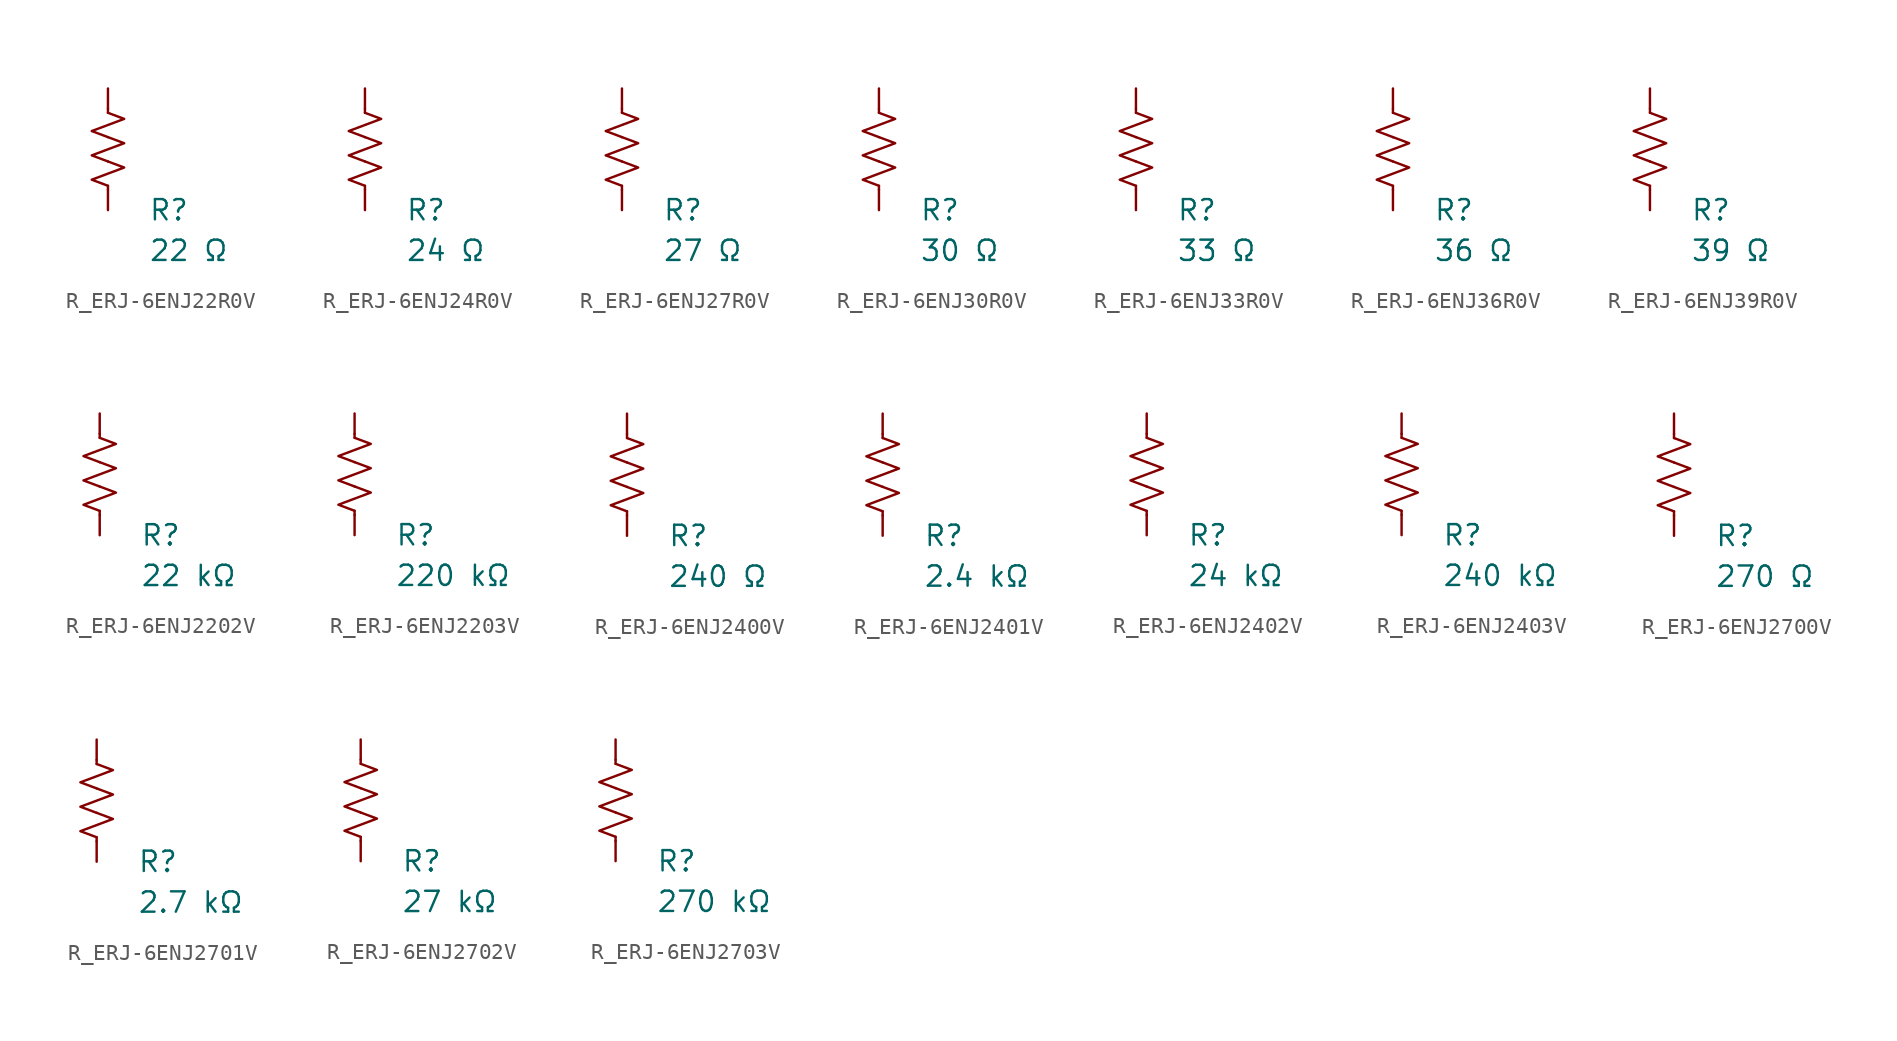
<source format=kicad_sym>
(kicad_symbol_lib
  (version 20231120)
  (generator "kicad_symbol_editor")
  (generator_version "8.0")
  (symbol "R_ERJ-6ENJ22R0V"
    (pin_numbers hide)
    (pin_names
      (offset 0))
    (property "Reference" "R"
      (at 2.54 -3.81 0)
      (effects (font (size 1.27 1.27)) (justify left))
      (show_name no))
    (property "Value" "22 Ω"
      (at 2.54 -6.35 0)
      (effects (font (size 1.27 1.27)) (justify left))
      (show_name no))
    (symbol "R_ERJ-6ENJ22R0V_0_1"
      (polyline (pts (xy 0 -2.286) (xy 0 -2.54)) (stroke (width 0) (type default)) (fill (type none)))
      (polyline (pts (xy 0 2.286) (xy 0 2.54)) (stroke (width 0) (type default)) (fill (type none)))
      (polyline (pts (xy 0 -0.762) (xy 1.016 -1.143) (xy 0 -1.524) (xy -1.016 -1.905) (xy 0 -2.286)) (stroke (width 0) (type default)) (fill (type none)))
      (polyline (pts (xy 0 0.762) (xy 1.016 0.381) (xy 0 0) (xy -1.016 -0.381) (xy 0 -0.762)) (stroke (width 0) (type default)) (fill (type none)))
      (polyline (pts (xy 0 2.286) (xy 1.016 1.905) (xy 0 1.524) (xy -1.016 1.143) (xy 0 0.762)) (stroke (width 0) (type default)) (fill (type none))))
    (symbol "R_ERJ-6ENJ22R0V_1_1"
      (pin passive line (at 0 3.81 270) (length 1.27) (name "~" (effects (font (size 1.27 1.27)))) (number "1" (effects (font (size 1.27 1.27)))))
      (pin passive line (at 0 -3.81 90) (length 1.27) (name "~" (effects (font (size 1.27 1.27)))) (number "2" (effects (font (size 1.27 1.27)))))))
  (symbol "R_ERJ-6ENJ24R0V"
    (pin_numbers hide)
    (pin_names
      (offset 0))
    (property "Reference" "R"
      (at 2.54 -3.81 0)
      (effects (font (size 1.27 1.27)) (justify left))
      (show_name no))
    (property "Value" "24 Ω"
      (at 2.54 -6.35 0)
      (effects (font (size 1.27 1.27)) (justify left))
      (show_name no))
    (symbol "R_ERJ-6ENJ24R0V_0_1"
      (polyline (pts (xy 0 -2.286) (xy 0 -2.54)) (stroke (width 0) (type default)) (fill (type none)))
      (polyline (pts (xy 0 2.286) (xy 0 2.54)) (stroke (width 0) (type default)) (fill (type none)))
      (polyline (pts (xy 0 -0.762) (xy 1.016 -1.143) (xy 0 -1.524) (xy -1.016 -1.905) (xy 0 -2.286)) (stroke (width 0) (type default)) (fill (type none)))
      (polyline (pts (xy 0 0.762) (xy 1.016 0.381) (xy 0 0) (xy -1.016 -0.381) (xy 0 -0.762)) (stroke (width 0) (type default)) (fill (type none)))
      (polyline (pts (xy 0 2.286) (xy 1.016 1.905) (xy 0 1.524) (xy -1.016 1.143) (xy 0 0.762)) (stroke (width 0) (type default)) (fill (type none))))
    (symbol "R_ERJ-6ENJ24R0V_1_1"
      (pin passive line (at 0 3.81 270) (length 1.27) (name "~" (effects (font (size 1.27 1.27)))) (number "1" (effects (font (size 1.27 1.27)))))
      (pin passive line (at 0 -3.81 90) (length 1.27) (name "~" (effects (font (size 1.27 1.27)))) (number "2" (effects (font (size 1.27 1.27)))))))
  (symbol "R_ERJ-6ENJ27R0V"
    (pin_numbers hide)
    (pin_names
      (offset 0))
    (property "Reference" "R"
      (at 2.54 -3.81 0)
      (effects (font (size 1.27 1.27)) (justify left))
      (show_name no))
    (property "Value" "27 Ω"
      (at 2.54 -6.35 0)
      (effects (font (size 1.27 1.27)) (justify left))
      (show_name no))
    (symbol "R_ERJ-6ENJ27R0V_0_1"
      (polyline (pts (xy 0 -2.286) (xy 0 -2.54)) (stroke (width 0) (type default)) (fill (type none)))
      (polyline (pts (xy 0 2.286) (xy 0 2.54)) (stroke (width 0) (type default)) (fill (type none)))
      (polyline (pts (xy 0 -0.762) (xy 1.016 -1.143) (xy 0 -1.524) (xy -1.016 -1.905) (xy 0 -2.286)) (stroke (width 0) (type default)) (fill (type none)))
      (polyline (pts (xy 0 0.762) (xy 1.016 0.381) (xy 0 0) (xy -1.016 -0.381) (xy 0 -0.762)) (stroke (width 0) (type default)) (fill (type none)))
      (polyline (pts (xy 0 2.286) (xy 1.016 1.905) (xy 0 1.524) (xy -1.016 1.143) (xy 0 0.762)) (stroke (width 0) (type default)) (fill (type none))))
    (symbol "R_ERJ-6ENJ27R0V_1_1"
      (pin passive line (at 0 3.81 270) (length 1.27) (name "~" (effects (font (size 1.27 1.27)))) (number "1" (effects (font (size 1.27 1.27)))))
      (pin passive line (at 0 -3.81 90) (length 1.27) (name "~" (effects (font (size 1.27 1.27)))) (number "2" (effects (font (size 1.27 1.27)))))))
  (symbol "R_ERJ-6ENJ30R0V"
    (pin_numbers hide)
    (pin_names
      (offset 0))
    (property "Reference" "R"
      (at 2.54 -3.81 0)
      (effects (font (size 1.27 1.27)) (justify left))
      (show_name no))
    (property "Value" "30 Ω"
      (at 2.54 -6.35 0)
      (effects (font (size 1.27 1.27)) (justify left))
      (show_name no))
    (symbol "R_ERJ-6ENJ30R0V_0_1"
      (polyline (pts (xy 0 -2.286) (xy 0 -2.54)) (stroke (width 0) (type default)) (fill (type none)))
      (polyline (pts (xy 0 2.286) (xy 0 2.54)) (stroke (width 0) (type default)) (fill (type none)))
      (polyline (pts (xy 0 -0.762) (xy 1.016 -1.143) (xy 0 -1.524) (xy -1.016 -1.905) (xy 0 -2.286)) (stroke (width 0) (type default)) (fill (type none)))
      (polyline (pts (xy 0 0.762) (xy 1.016 0.381) (xy 0 0) (xy -1.016 -0.381) (xy 0 -0.762)) (stroke (width 0) (type default)) (fill (type none)))
      (polyline (pts (xy 0 2.286) (xy 1.016 1.905) (xy 0 1.524) (xy -1.016 1.143) (xy 0 0.762)) (stroke (width 0) (type default)) (fill (type none))))
    (symbol "R_ERJ-6ENJ30R0V_1_1"
      (pin passive line (at 0 3.81 270) (length 1.27) (name "~" (effects (font (size 1.27 1.27)))) (number "1" (effects (font (size 1.27 1.27)))))
      (pin passive line (at 0 -3.81 90) (length 1.27) (name "~" (effects (font (size 1.27 1.27)))) (number "2" (effects (font (size 1.27 1.27)))))))
  (symbol "R_ERJ-6ENJ33R0V"
    (pin_numbers hide)
    (pin_names
      (offset 0))
    (property "Reference" "R"
      (at 2.54 -3.81 0)
      (effects (font (size 1.27 1.27)) (justify left))
      (show_name no))
    (property "Value" "33 Ω"
      (at 2.54 -6.35 0)
      (effects (font (size 1.27 1.27)) (justify left))
      (show_name no))
    (symbol "R_ERJ-6ENJ33R0V_0_1"
      (polyline (pts (xy 0 -2.286) (xy 0 -2.54)) (stroke (width 0) (type default)) (fill (type none)))
      (polyline (pts (xy 0 2.286) (xy 0 2.54)) (stroke (width 0) (type default)) (fill (type none)))
      (polyline (pts (xy 0 -0.762) (xy 1.016 -1.143) (xy 0 -1.524) (xy -1.016 -1.905) (xy 0 -2.286)) (stroke (width 0) (type default)) (fill (type none)))
      (polyline (pts (xy 0 0.762) (xy 1.016 0.381) (xy 0 0) (xy -1.016 -0.381) (xy 0 -0.762)) (stroke (width 0) (type default)) (fill (type none)))
      (polyline (pts (xy 0 2.286) (xy 1.016 1.905) (xy 0 1.524) (xy -1.016 1.143) (xy 0 0.762)) (stroke (width 0) (type default)) (fill (type none))))
    (symbol "R_ERJ-6ENJ33R0V_1_1"
      (pin passive line (at 0 3.81 270) (length 1.27) (name "~" (effects (font (size 1.27 1.27)))) (number "1" (effects (font (size 1.27 1.27)))))
      (pin passive line (at 0 -3.81 90) (length 1.27) (name "~" (effects (font (size 1.27 1.27)))) (number "2" (effects (font (size 1.27 1.27)))))))
  (symbol "R_ERJ-6ENJ36R0V"
    (pin_numbers hide)
    (pin_names
      (offset 0))
    (property "Reference" "R"
      (at 2.54 -3.81 0)
      (effects (font (size 1.27 1.27)) (justify left))
      (show_name no))
    (property "Value" "36 Ω"
      (at 2.54 -6.35 0)
      (effects (font (size 1.27 1.27)) (justify left))
      (show_name no))
    (symbol "R_ERJ-6ENJ36R0V_0_1"
      (polyline (pts (xy 0 -2.286) (xy 0 -2.54)) (stroke (width 0) (type default)) (fill (type none)))
      (polyline (pts (xy 0 2.286) (xy 0 2.54)) (stroke (width 0) (type default)) (fill (type none)))
      (polyline (pts (xy 0 -0.762) (xy 1.016 -1.143) (xy 0 -1.524) (xy -1.016 -1.905) (xy 0 -2.286)) (stroke (width 0) (type default)) (fill (type none)))
      (polyline (pts (xy 0 0.762) (xy 1.016 0.381) (xy 0 0) (xy -1.016 -0.381) (xy 0 -0.762)) (stroke (width 0) (type default)) (fill (type none)))
      (polyline (pts (xy 0 2.286) (xy 1.016 1.905) (xy 0 1.524) (xy -1.016 1.143) (xy 0 0.762)) (stroke (width 0) (type default)) (fill (type none))))
    (symbol "R_ERJ-6ENJ36R0V_1_1"
      (pin passive line (at 0 3.81 270) (length 1.27) (name "~" (effects (font (size 1.27 1.27)))) (number "1" (effects (font (size 1.27 1.27)))))
      (pin passive line (at 0 -3.81 90) (length 1.27) (name "~" (effects (font (size 1.27 1.27)))) (number "2" (effects (font (size 1.27 1.27)))))))
  (symbol "R_ERJ-6ENJ39R0V"
    (pin_numbers hide)
    (pin_names
      (offset 0))
    (property "Reference" "R"
      (at 2.54 -3.81 0)
      (effects (font (size 1.27 1.27)) (justify left))
      (show_name no))
    (property "Value" "39 Ω"
      (at 2.54 -6.35 0)
      (effects (font (size 1.27 1.27)) (justify left))
      (show_name no))
    (symbol "R_ERJ-6ENJ39R0V_0_1"
      (polyline (pts (xy 0 -2.286) (xy 0 -2.54)) (stroke (width 0) (type default)) (fill (type none)))
      (polyline (pts (xy 0 2.286) (xy 0 2.54)) (stroke (width 0) (type default)) (fill (type none)))
      (polyline (pts (xy 0 -0.762) (xy 1.016 -1.143) (xy 0 -1.524) (xy -1.016 -1.905) (xy 0 -2.286)) (stroke (width 0) (type default)) (fill (type none)))
      (polyline (pts (xy 0 0.762) (xy 1.016 0.381) (xy 0 0) (xy -1.016 -0.381) (xy 0 -0.762)) (stroke (width 0) (type default)) (fill (type none)))
      (polyline (pts (xy 0 2.286) (xy 1.016 1.905) (xy 0 1.524) (xy -1.016 1.143) (xy 0 0.762)) (stroke (width 0) (type default)) (fill (type none))))
    (symbol "R_ERJ-6ENJ39R0V_1_1"
      (pin passive line (at 0 3.81 270) (length 1.27) (name "~" (effects (font (size 1.27 1.27)))) (number "1" (effects (font (size 1.27 1.27)))))
      (pin passive line (at 0 -3.81 90) (length 1.27) (name "~" (effects (font (size 1.27 1.27)))) (number "2" (effects (font (size 1.27 1.27)))))))
  (symbol "R_ERJ-6ENJ2202V"
    (pin_numbers hide)
    (pin_names
      (offset 0))
    (property "Reference" "R"
      (at 2.54 -3.81 0)
      (effects (font (size 1.27 1.27)) (justify left))
      (show_name no))
    (property "Value" "22 kΩ"
      (at 2.54 -6.35 0)
      (effects (font (size 1.27 1.27)) (justify left))
      (show_name no))
    (symbol "R_ERJ-6ENJ2202V_0_1"
      (polyline (pts (xy 0 -2.286) (xy 0 -2.54)) (stroke (width 0) (type default)) (fill (type none)))
      (polyline (pts (xy 0 2.286) (xy 0 2.54)) (stroke (width 0) (type default)) (fill (type none)))
      (polyline (pts (xy 0 -0.762) (xy 1.016 -1.143) (xy 0 -1.524) (xy -1.016 -1.905) (xy 0 -2.286)) (stroke (width 0) (type default)) (fill (type none)))
      (polyline (pts (xy 0 0.762) (xy 1.016 0.381) (xy 0 0) (xy -1.016 -0.381) (xy 0 -0.762)) (stroke (width 0) (type default)) (fill (type none)))
      (polyline (pts (xy 0 2.286) (xy 1.016 1.905) (xy 0 1.524) (xy -1.016 1.143) (xy 0 0.762)) (stroke (width 0) (type default)) (fill (type none))))
    (symbol "R_ERJ-6ENJ2202V_1_1"
      (pin passive line (at 0 3.81 270) (length 1.27) (name "~" (effects (font (size 1.27 1.27)))) (number "1" (effects (font (size 1.27 1.27)))))
      (pin passive line (at 0 -3.81 90) (length 1.27) (name "~" (effects (font (size 1.27 1.27)))) (number "2" (effects (font (size 1.27 1.27)))))))
  (symbol "R_ERJ-6ENJ2203V"
    (pin_numbers hide)
    (pin_names
      (offset 0))
    (property "Reference" "R"
      (at 2.54 -3.81 0)
      (effects (font (size 1.27 1.27)) (justify left))
      (show_name no))
    (property "Value" "220 kΩ"
      (at 2.54 -6.35 0)
      (effects (font (size 1.27 1.27)) (justify left))
      (show_name no))
    (symbol "R_ERJ-6ENJ2203V_0_1"
      (polyline (pts (xy 0 -2.286) (xy 0 -2.54)) (stroke (width 0) (type default)) (fill (type none)))
      (polyline (pts (xy 0 2.286) (xy 0 2.54)) (stroke (width 0) (type default)) (fill (type none)))
      (polyline (pts (xy 0 -0.762) (xy 1.016 -1.143) (xy 0 -1.524) (xy -1.016 -1.905) (xy 0 -2.286)) (stroke (width 0) (type default)) (fill (type none)))
      (polyline (pts (xy 0 0.762) (xy 1.016 0.381) (xy 0 0) (xy -1.016 -0.381) (xy 0 -0.762)) (stroke (width 0) (type default)) (fill (type none)))
      (polyline (pts (xy 0 2.286) (xy 1.016 1.905) (xy 0 1.524) (xy -1.016 1.143) (xy 0 0.762)) (stroke (width 0) (type default)) (fill (type none))))
    (symbol "R_ERJ-6ENJ2203V_1_1"
      (pin passive line (at 0 3.81 270) (length 1.27) (name "~" (effects (font (size 1.27 1.27)))) (number "1" (effects (font (size 1.27 1.27)))))
      (pin passive line (at 0 -3.81 90) (length 1.27) (name "~" (effects (font (size 1.27 1.27)))) (number "2" (effects (font (size 1.27 1.27)))))))
  (symbol "R_ERJ-6ENJ2400V"
    (pin_numbers hide)
    (pin_names
      (offset 0))
    (property "Reference" "R"
      (at 2.54 -3.81 0)
      (effects (font (size 1.27 1.27)) (justify left))
      (show_name no))
    (property "Value" "240 Ω"
      (at 2.54 -6.35 0)
      (effects (font (size 1.27 1.27)) (justify left))
      (show_name no))
    (symbol "R_ERJ-6ENJ2400V_0_1"
      (polyline (pts (xy 0 -2.286) (xy 0 -2.54)) (stroke (width 0) (type default)) (fill (type none)))
      (polyline (pts (xy 0 2.286) (xy 0 2.54)) (stroke (width 0) (type default)) (fill (type none)))
      (polyline (pts (xy 0 -0.762) (xy 1.016 -1.143) (xy 0 -1.524) (xy -1.016 -1.905) (xy 0 -2.286)) (stroke (width 0) (type default)) (fill (type none)))
      (polyline (pts (xy 0 0.762) (xy 1.016 0.381) (xy 0 0) (xy -1.016 -0.381) (xy 0 -0.762)) (stroke (width 0) (type default)) (fill (type none)))
      (polyline (pts (xy 0 2.286) (xy 1.016 1.905) (xy 0 1.524) (xy -1.016 1.143) (xy 0 0.762)) (stroke (width 0) (type default)) (fill (type none))))
    (symbol "R_ERJ-6ENJ2400V_1_1"
      (pin passive line (at 0 3.81 270) (length 1.27) (name "~" (effects (font (size 1.27 1.27)))) (number "1" (effects (font (size 1.27 1.27)))))
      (pin passive line (at 0 -3.81 90) (length 1.27) (name "~" (effects (font (size 1.27 1.27)))) (number "2" (effects (font (size 1.27 1.27)))))))
  (symbol "R_ERJ-6ENJ2401V"
    (pin_numbers hide)
    (pin_names
      (offset 0))
    (property "Reference" "R"
      (at 2.54 -3.81 0)
      (effects (font (size 1.27 1.27)) (justify left))
      (show_name no))
    (property "Value" "2.4 kΩ"
      (at 2.54 -6.35 0)
      (effects (font (size 1.27 1.27)) (justify left))
      (show_name no))
    (symbol "R_ERJ-6ENJ2401V_0_1"
      (polyline (pts (xy 0 -2.286) (xy 0 -2.54)) (stroke (width 0) (type default)) (fill (type none)))
      (polyline (pts (xy 0 2.286) (xy 0 2.54)) (stroke (width 0) (type default)) (fill (type none)))
      (polyline (pts (xy 0 -0.762) (xy 1.016 -1.143) (xy 0 -1.524) (xy -1.016 -1.905) (xy 0 -2.286)) (stroke (width 0) (type default)) (fill (type none)))
      (polyline (pts (xy 0 0.762) (xy 1.016 0.381) (xy 0 0) (xy -1.016 -0.381) (xy 0 -0.762)) (stroke (width 0) (type default)) (fill (type none)))
      (polyline (pts (xy 0 2.286) (xy 1.016 1.905) (xy 0 1.524) (xy -1.016 1.143) (xy 0 0.762)) (stroke (width 0) (type default)) (fill (type none))))
    (symbol "R_ERJ-6ENJ2401V_1_1"
      (pin passive line (at 0 3.81 270) (length 1.27) (name "~" (effects (font (size 1.27 1.27)))) (number "1" (effects (font (size 1.27 1.27)))))
      (pin passive line (at 0 -3.81 90) (length 1.27) (name "~" (effects (font (size 1.27 1.27)))) (number "2" (effects (font (size 1.27 1.27)))))))
  (symbol "R_ERJ-6ENJ2402V"
    (pin_numbers hide)
    (pin_names
      (offset 0))
    (property "Reference" "R"
      (at 2.54 -3.81 0)
      (effects (font (size 1.27 1.27)) (justify left))
      (show_name no))
    (property "Value" "24 kΩ"
      (at 2.54 -6.35 0)
      (effects (font (size 1.27 1.27)) (justify left))
      (show_name no))
    (symbol "R_ERJ-6ENJ2402V_0_1"
      (polyline (pts (xy 0 -2.286) (xy 0 -2.54)) (stroke (width 0) (type default)) (fill (type none)))
      (polyline (pts (xy 0 2.286) (xy 0 2.54)) (stroke (width 0) (type default)) (fill (type none)))
      (polyline (pts (xy 0 -0.762) (xy 1.016 -1.143) (xy 0 -1.524) (xy -1.016 -1.905) (xy 0 -2.286)) (stroke (width 0) (type default)) (fill (type none)))
      (polyline (pts (xy 0 0.762) (xy 1.016 0.381) (xy 0 0) (xy -1.016 -0.381) (xy 0 -0.762)) (stroke (width 0) (type default)) (fill (type none)))
      (polyline (pts (xy 0 2.286) (xy 1.016 1.905) (xy 0 1.524) (xy -1.016 1.143) (xy 0 0.762)) (stroke (width 0) (type default)) (fill (type none))))
    (symbol "R_ERJ-6ENJ2402V_1_1"
      (pin passive line (at 0 3.81 270) (length 1.27) (name "~" (effects (font (size 1.27 1.27)))) (number "1" (effects (font (size 1.27 1.27)))))
      (pin passive line (at 0 -3.81 90) (length 1.27) (name "~" (effects (font (size 1.27 1.27)))) (number "2" (effects (font (size 1.27 1.27)))))))
  (symbol "R_ERJ-6ENJ2403V"
    (pin_numbers hide)
    (pin_names
      (offset 0))
    (property "Reference" "R"
      (at 2.54 -3.81 0)
      (effects (font (size 1.27 1.27)) (justify left))
      (show_name no))
    (property "Value" "240 kΩ"
      (at 2.54 -6.35 0)
      (effects (font (size 1.27 1.27)) (justify left))
      (show_name no))
    (symbol "R_ERJ-6ENJ2403V_0_1"
      (polyline (pts (xy 0 -2.286) (xy 0 -2.54)) (stroke (width 0) (type default)) (fill (type none)))
      (polyline (pts (xy 0 2.286) (xy 0 2.54)) (stroke (width 0) (type default)) (fill (type none)))
      (polyline (pts (xy 0 -0.762) (xy 1.016 -1.143) (xy 0 -1.524) (xy -1.016 -1.905) (xy 0 -2.286)) (stroke (width 0) (type default)) (fill (type none)))
      (polyline (pts (xy 0 0.762) (xy 1.016 0.381) (xy 0 0) (xy -1.016 -0.381) (xy 0 -0.762)) (stroke (width 0) (type default)) (fill (type none)))
      (polyline (pts (xy 0 2.286) (xy 1.016 1.905) (xy 0 1.524) (xy -1.016 1.143) (xy 0 0.762)) (stroke (width 0) (type default)) (fill (type none))))
    (symbol "R_ERJ-6ENJ2403V_1_1"
      (pin passive line (at 0 3.81 270) (length 1.27) (name "~" (effects (font (size 1.27 1.27)))) (number "1" (effects (font (size 1.27 1.27)))))
      (pin passive line (at 0 -3.81 90) (length 1.27) (name "~" (effects (font (size 1.27 1.27)))) (number "2" (effects (font (size 1.27 1.27)))))))
  (symbol "R_ERJ-6ENJ2700V"
    (pin_numbers hide)
    (pin_names
      (offset 0))
    (property "Reference" "R"
      (at 2.54 -3.81 0)
      (effects (font (size 1.27 1.27)) (justify left))
      (show_name no))
    (property "Value" "270 Ω"
      (at 2.54 -6.35 0)
      (effects (font (size 1.27 1.27)) (justify left))
      (show_name no))
    (symbol "R_ERJ-6ENJ2700V_0_1"
      (polyline (pts (xy 0 -2.286) (xy 0 -2.54)) (stroke (width 0) (type default)) (fill (type none)))
      (polyline (pts (xy 0 2.286) (xy 0 2.54)) (stroke (width 0) (type default)) (fill (type none)))
      (polyline (pts (xy 0 -0.762) (xy 1.016 -1.143) (xy 0 -1.524) (xy -1.016 -1.905) (xy 0 -2.286)) (stroke (width 0) (type default)) (fill (type none)))
      (polyline (pts (xy 0 0.762) (xy 1.016 0.381) (xy 0 0) (xy -1.016 -0.381) (xy 0 -0.762)) (stroke (width 0) (type default)) (fill (type none)))
      (polyline (pts (xy 0 2.286) (xy 1.016 1.905) (xy 0 1.524) (xy -1.016 1.143) (xy 0 0.762)) (stroke (width 0) (type default)) (fill (type none))))
    (symbol "R_ERJ-6ENJ2700V_1_1"
      (pin passive line (at 0 3.81 270) (length 1.27) (name "~" (effects (font (size 1.27 1.27)))) (number "1" (effects (font (size 1.27 1.27)))))
      (pin passive line (at 0 -3.81 90) (length 1.27) (name "~" (effects (font (size 1.27 1.27)))) (number "2" (effects (font (size 1.27 1.27)))))))
  (symbol "R_ERJ-6ENJ2701V"
    (pin_numbers hide)
    (pin_names
      (offset 0))
    (property "Reference" "R"
      (at 2.54 -3.81 0)
      (effects (font (size 1.27 1.27)) (justify left))
      (show_name no))
    (property "Value" "2.7 kΩ"
      (at 2.54 -6.35 0)
      (effects (font (size 1.27 1.27)) (justify left))
      (show_name no))
    (symbol "R_ERJ-6ENJ2701V_0_1"
      (polyline (pts (xy 0 -2.286) (xy 0 -2.54)) (stroke (width 0) (type default)) (fill (type none)))
      (polyline (pts (xy 0 2.286) (xy 0 2.54)) (stroke (width 0) (type default)) (fill (type none)))
      (polyline (pts (xy 0 -0.762) (xy 1.016 -1.143) (xy 0 -1.524) (xy -1.016 -1.905) (xy 0 -2.286)) (stroke (width 0) (type default)) (fill (type none)))
      (polyline (pts (xy 0 0.762) (xy 1.016 0.381) (xy 0 0) (xy -1.016 -0.381) (xy 0 -0.762)) (stroke (width 0) (type default)) (fill (type none)))
      (polyline (pts (xy 0 2.286) (xy 1.016 1.905) (xy 0 1.524) (xy -1.016 1.143) (xy 0 0.762)) (stroke (width 0) (type default)) (fill (type none))))
    (symbol "R_ERJ-6ENJ2701V_1_1"
      (pin passive line (at 0 3.81 270) (length 1.27) (name "~" (effects (font (size 1.27 1.27)))) (number "1" (effects (font (size 1.27 1.27)))))
      (pin passive line (at 0 -3.81 90) (length 1.27) (name "~" (effects (font (size 1.27 1.27)))) (number "2" (effects (font (size 1.27 1.27)))))))
  (symbol "R_ERJ-6ENJ2702V"
    (pin_numbers hide)
    (pin_names
      (offset 0))
    (property "Reference" "R"
      (at 2.54 -3.81 0)
      (effects (font (size 1.27 1.27)) (justify left))
      (show_name no))
    (property "Value" "27 kΩ"
      (at 2.54 -6.35 0)
      (effects (font (size 1.27 1.27)) (justify left))
      (show_name no))
    (symbol "R_ERJ-6ENJ2702V_0_1"
      (polyline (pts (xy 0 -2.286) (xy 0 -2.54)) (stroke (width 0) (type default)) (fill (type none)))
      (polyline (pts (xy 0 2.286) (xy 0 2.54)) (stroke (width 0) (type default)) (fill (type none)))
      (polyline (pts (xy 0 -0.762) (xy 1.016 -1.143) (xy 0 -1.524) (xy -1.016 -1.905) (xy 0 -2.286)) (stroke (width 0) (type default)) (fill (type none)))
      (polyline (pts (xy 0 0.762) (xy 1.016 0.381) (xy 0 0) (xy -1.016 -0.381) (xy 0 -0.762)) (stroke (width 0) (type default)) (fill (type none)))
      (polyline (pts (xy 0 2.286) (xy 1.016 1.905) (xy 0 1.524) (xy -1.016 1.143) (xy 0 0.762)) (stroke (width 0) (type default)) (fill (type none))))
    (symbol "R_ERJ-6ENJ2702V_1_1"
      (pin passive line (at 0 3.81 270) (length 1.27) (name "~" (effects (font (size 1.27 1.27)))) (number "1" (effects (font (size 1.27 1.27)))))
      (pin passive line (at 0 -3.81 90) (length 1.27) (name "~" (effects (font (size 1.27 1.27)))) (number "2" (effects (font (size 1.27 1.27)))))))
  (symbol "R_ERJ-6ENJ2703V"
    (pin_numbers hide)
    (pin_names
      (offset 0))
    (property "Reference" "R"
      (at 2.54 -3.81 0)
      (effects (font (size 1.27 1.27)) (justify left))
      (show_name no))
    (property "Value" "270 kΩ"
      (at 2.54 -6.35 0)
      (effects (font (size 1.27 1.27)) (justify left))
      (show_name no))
    (symbol "R_ERJ-6ENJ2703V_0_1"
      (polyline (pts (xy 0 -2.286) (xy 0 -2.54)) (stroke (width 0) (type default)) (fill (type none)))
      (polyline (pts (xy 0 2.286) (xy 0 2.54)) (stroke (width 0) (type default)) (fill (type none)))
      (polyline (pts (xy 0 -0.762) (xy 1.016 -1.143) (xy 0 -1.524) (xy -1.016 -1.905) (xy 0 -2.286)) (stroke (width 0) (type default)) (fill (type none)))
      (polyline (pts (xy 0 0.762) (xy 1.016 0.381) (xy 0 0) (xy -1.016 -0.381) (xy 0 -0.762)) (stroke (width 0) (type default)) (fill (type none)))
      (polyline (pts (xy 0 2.286) (xy 1.016 1.905) (xy 0 1.524) (xy -1.016 1.143) (xy 0 0.762)) (stroke (width 0) (type default)) (fill (type none))))
    (symbol "R_ERJ-6ENJ2703V_1_1"
      (pin passive line (at 0 3.81 270) (length 1.27) (name "~" (effects (font (size 1.27 1.27)))) (number "1" (effects (font (size 1.27 1.27)))))
      (pin passive line (at 0 -3.81 90) (length 1.27) (name "~" (effects (font (size 1.27 1.27)))) (number "2" (effects (font (size 1.27 1.27))))))))
</source>
